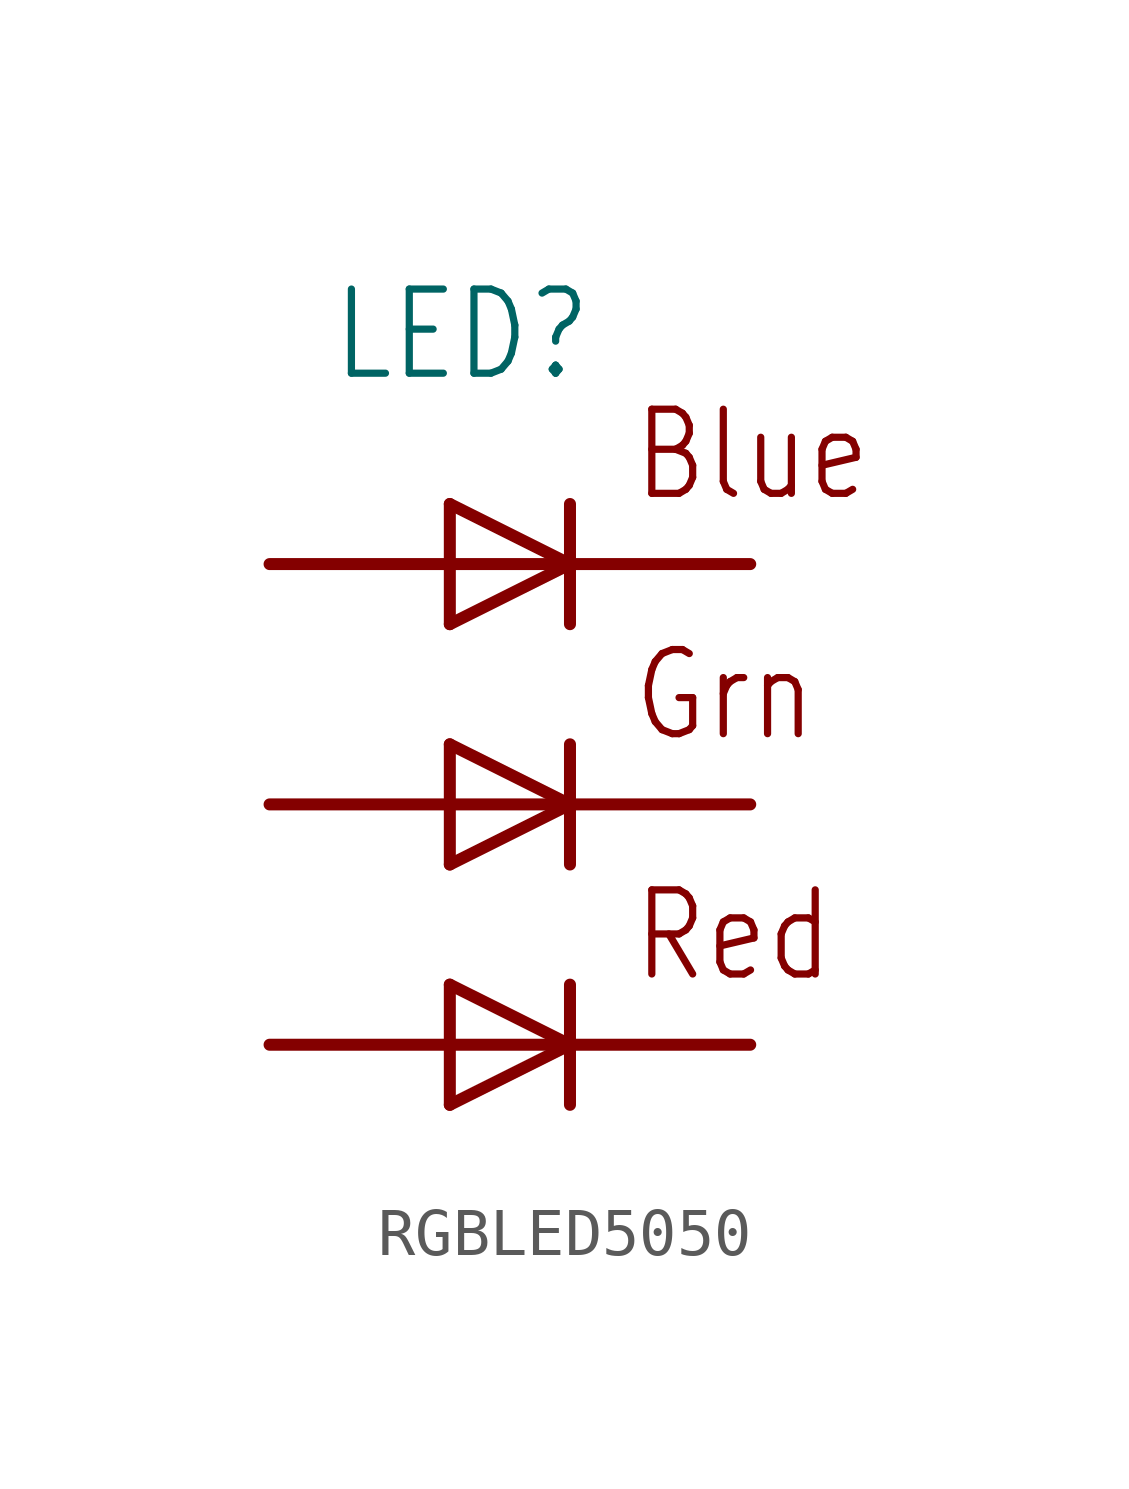
<source format=kicad_sym>
(kicad_symbol_lib
  (version 20241209)
  (generator "kicad_symbol_editor")
  (generator_version "9.0")
  (symbol "RGBLED5050"
    (property "Reference" "LED"
      (at -3.81 8.89 0)
      (effects (font (size 1.778 1.511)) (justify left bottom)))
    (property "ki_locked" ""
      (at 0 0 0)
      (effects (font (size 1.27 1.27))))
    (symbol "RGBLED5050_1_0"
      (polyline (pts (xy -1.27 6.35) (xy -1.27 3.81)) (stroke (width 0.254) (type solid)) (fill (type none)))
      (polyline (pts (xy -1.27 3.81) (xy 1.27 5.08)) (stroke (width 0.254) (type solid)) (fill (type none)))
      (polyline (pts (xy -1.27 1.27) (xy -1.27 -1.27)) (stroke (width 0.254) (type solid)) (fill (type none)))
      (polyline (pts (xy -1.27 -1.27) (xy 1.27 0)) (stroke (width 0.254) (type solid)) (fill (type none)))
      (polyline (pts (xy -1.27 -3.81) (xy -1.27 -6.35)) (stroke (width 0.254) (type solid)) (fill (type none)))
      (polyline (pts (xy -1.27 -6.35) (xy 1.27 -5.08)) (stroke (width 0.254) (type solid)) (fill (type none)))
      (polyline (pts (xy 1.27 6.35) (xy 1.27 5.08)) (stroke (width 0.254) (type solid)) (fill (type none)))
      (polyline (pts (xy 1.27 5.08) (xy -5.08 5.08)) (stroke (width 0.254) (type solid)) (fill (type none)))
      (polyline (pts (xy 1.27 5.08) (xy -1.27 6.35)) (stroke (width 0.254) (type solid)) (fill (type none)))
      (polyline (pts (xy 1.27 5.08) (xy 1.27 3.81)) (stroke (width 0.254) (type solid)) (fill (type none)))
      (polyline (pts (xy 1.27 5.08) (xy 5.08 5.08)) (stroke (width 0.254) (type solid)) (fill (type none)))
      (polyline (pts (xy 1.27 1.27) (xy 1.27 0)) (stroke (width 0.254) (type solid)) (fill (type none)))
      (polyline (pts (xy 1.27 0) (xy -5.08 0)) (stroke (width 0.254) (type solid)) (fill (type none)))
      (polyline (pts (xy 1.27 0) (xy -1.27 1.27)) (stroke (width 0.254) (type solid)) (fill (type none)))
      (polyline (pts (xy 1.27 0) (xy 1.27 -1.27)) (stroke (width 0.254) (type solid)) (fill (type none)))
      (polyline (pts (xy 1.27 -5.08) (xy -5.08 -5.08)) (stroke (width 0.254) (type solid)) (fill (type none)))
      (polyline (pts (xy 1.27 -5.08) (xy -1.27 -3.81)) (stroke (width 0.254) (type solid)) (fill (type none)))
      (polyline (pts (xy 1.27 -5.08) (xy 1.27 -3.81)) (stroke (width 0.254) (type solid)) (fill (type none)))
      (polyline (pts (xy 1.27 -5.08) (xy 5.08 -5.08)) (stroke (width 0.254) (type solid)) (fill (type none)))
      (polyline (pts (xy 1.27 -6.35) (xy 1.27 -5.08)) (stroke (width 0.254) (type solid)) (fill (type none)))
      (polyline (pts (xy 5.08 0) (xy 1.27 0)) (stroke (width 0.254) (type solid)) (fill (type none)))
      (text "Blue" (at 2.54 6.35 0) (effects (font (size 1.778 1.511)) (justify left bottom)))
      (text "Grn" (at 2.54 1.27 0) (effects (font (size 1.778 1.511)) (justify left bottom)))
      (text "Red" (at 2.54 -3.81 0) (effects (font (size 1.778 1.511)) (justify left bottom)))
      (pin bidirectional line (at -5.08 5.08 0) (length 0) (name "BLUE_A" (effects (font (size 0 0)))) (number "3" (effects (font (size 0 0)))))
      (pin bidirectional line (at -5.08 0 0) (length 0) (name "GREEN_A" (effects (font (size 0 0)))) (number "1" (effects (font (size 0 0)))))
      (pin bidirectional line (at -5.08 -5.08 0) (length 0) (name "RED_A" (effects (font (size 0 0)))) (number "2" (effects (font (size 0 0)))))
      (pin bidirectional line (at 5.08 5.08 180) (length 0) (name "BLUE_C" (effects (font (size 0 0)))) (number "4" (effects (font (size 0 0)))))
      (pin bidirectional line (at 5.08 0 180) (length 0) (name "GREEN_C" (effects (font (size 0 0)))) (number "6" (effects (font (size 0 0)))))
      (pin bidirectional line (at 5.08 -5.08 180) (length 0) (name "RED_C" (effects (font (size 0 0)))) (number "5" (effects (font (size 0 0))))))))
</source>
